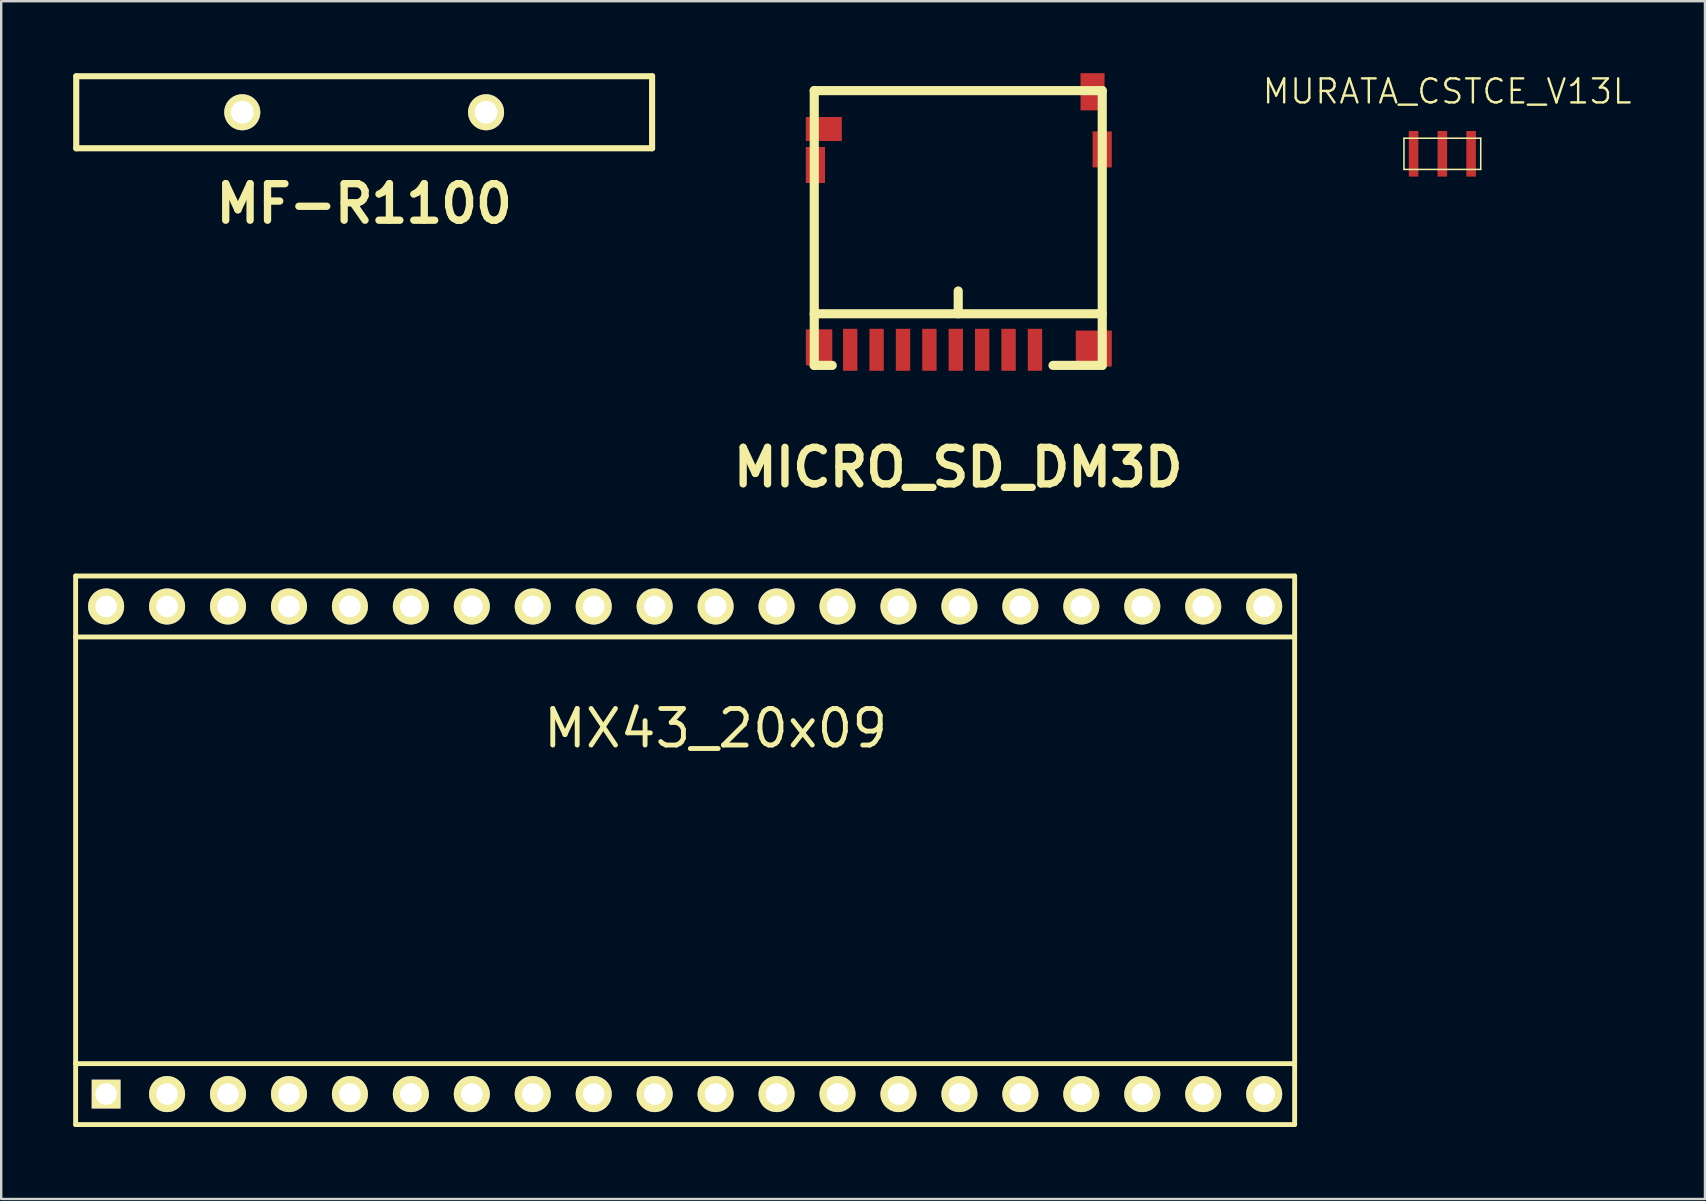
<source format=kicad_pcb>
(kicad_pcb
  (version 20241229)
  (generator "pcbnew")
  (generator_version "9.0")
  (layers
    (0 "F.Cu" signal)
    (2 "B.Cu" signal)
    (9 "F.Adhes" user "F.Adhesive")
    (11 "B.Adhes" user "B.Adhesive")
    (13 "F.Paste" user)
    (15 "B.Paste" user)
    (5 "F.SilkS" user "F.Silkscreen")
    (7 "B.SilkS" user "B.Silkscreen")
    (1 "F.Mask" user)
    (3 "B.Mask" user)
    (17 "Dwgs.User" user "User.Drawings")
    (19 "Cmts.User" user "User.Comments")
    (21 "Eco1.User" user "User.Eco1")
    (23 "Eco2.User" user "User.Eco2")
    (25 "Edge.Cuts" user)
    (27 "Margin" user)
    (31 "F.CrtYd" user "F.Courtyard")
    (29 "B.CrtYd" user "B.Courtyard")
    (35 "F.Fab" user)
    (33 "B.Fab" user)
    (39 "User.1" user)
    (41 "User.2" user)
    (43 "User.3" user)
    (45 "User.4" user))
  (footprint "MICRO_SD_DM3D"
    (layer "F.Cu")
    (at 36.882 5.926)
    (property "Reference" "MICRO_SD_DM3D" (at 0 10.5 0) (layer "F.SilkS") (effects (font (size 1.524 1.524) (thickness 0.305))))
    (attr through_hole)
    (fp_line (start -6.002 -5.199) (end 5.999 -5.199) (stroke (width 0.381) (type solid)) (layer "F.SilkS"))
    (fp_line (start -6.002 4.1) (end 5.999 4.1) (stroke (width 0.381) (type solid)) (layer "F.SilkS"))
    (fp_line (start -6.002 6.251) (end -5.25 6.251) (stroke (width 0.381) (type solid)) (layer "F.SilkS"))
    (fp_line (start -5.999 -5.202) (end -5.999 6.248) (stroke (width 0.381) (type solid)) (layer "F.SilkS"))
    (fp_line (start 0 4.1) (end 0 3.15) (stroke (width 0.381) (type solid)) (layer "F.SilkS"))
    (fp_line (start 5.999 6.251) (end 3.95 6.251) (stroke (width 0.381) (type solid)) (layer "F.SilkS"))
    (fp_line (start 6.002 -5.202) (end 6.002 6.248) (stroke (width 0.381) (type solid)) (layer "F.SilkS"))
    (pad "1" smd rect (at 3.198 5.601) (size 0.599 1.75) (layers "F.Cu" "F.Mask" "F.Paste"))
    (pad "2" smd rect (at 2.098 5.601) (size 0.599 1.75) (layers "F.Cu" "F.Mask" "F.Paste"))
    (pad "3" smd rect (at 0.998 5.601) (size 0.599 1.75) (layers "F.Cu" "F.Mask" "F.Paste"))
    (pad "4" smd rect (at -0.102 5.601) (size 0.599 1.75) (layers "F.Cu" "F.Mask" "F.Paste"))
    (pad "5" smd rect (at -1.201 5.601) (size 0.599 1.75) (layers "F.Cu" "F.Mask" "F.Paste"))
    (pad "6" smd rect (at -2.301 5.601) (size 0.599 1.75) (layers "F.Cu" "F.Mask" "F.Paste"))
    (pad "7" smd rect (at -3.401 5.601) (size 0.599 1.75) (layers "F.Cu" "F.Mask" "F.Paste"))
    (pad "8" smd rect (at -4.501 5.601) (size 0.599 1.75) (layers "F.Cu" "F.Mask" "F.Paste"))
    (pad "9" smd rect (at -5.951 -2.101) (size 0.8 1.501) (layers "F.Cu" "F.Mask" "F.Paste"))
    (pad "9" smd rect (at -5.799 5.499) (size 1.1 1.501) (layers "F.Cu" "F.Mask" "F.Paste"))
    (pad "9" smd rect (at 5.649 5.55) (size 1.501 1.501) (layers "F.Cu" "F.Mask" "F.Paste"))
    (pad "9" smd rect (at 5.999 -2.751) (size 0.8 1.501) (layers "F.Cu" "F.Mask" "F.Paste"))
    (pad "10" smd rect (at 5.598 -5.151) (size 1.001 1.549) (layers "F.Cu" "F.Mask" "F.Paste"))
    (pad "11" smd rect (at -5.601 -3.599) (size 1.501 1.001) (layers "F.Cu" "F.Mask" "F.Paste")))
  (footprint "MX43_20x09"
    (layer "F.Cu")
    (at 26.772 32.384)
    (property "Reference" "MX43_20x09" (at 0 -5.08 0) (layer "F.SilkS") (effects (font (size 1.524 1.524) (thickness 0.203))))
    (attr through_hole)
    (fp_line (start -26.67 -11.43) (end 24.13 -11.43) (stroke (width 0.203) (type solid)) (layer "F.SilkS"))
    (fp_line (start -26.67 -8.89) (end -26.67 -11.43) (stroke (width 0.203) (type solid)) (layer "F.SilkS"))
    (fp_line (start -26.67 -8.89) (end -26.67 8.89) (stroke (width 0.203) (type solid)) (layer "F.SilkS"))
    (fp_line (start -26.67 8.89) (end -26.67 11.43) (stroke (width 0.203) (type solid)) (layer "F.SilkS"))
    (fp_line (start -26.67 11.43) (end 24.13 11.43) (stroke (width 0.203) (type solid)) (layer "F.SilkS"))
    (fp_line (start 24.13 -11.43) (end 24.13 -8.89) (stroke (width 0.203) (type solid)) (layer "F.SilkS"))
    (fp_line (start 24.13 -8.89) (end -26.67 -8.89) (stroke (width 0.203) (type solid)) (layer "F.SilkS"))
    (fp_line (start 24.13 -8.89) (end 24.13 8.89) (stroke (width 0.203) (type solid)) (layer "F.SilkS"))
    (fp_line (start 24.13 8.89) (end -26.67 8.89) (stroke (width 0.203) (type solid)) (layer "F.SilkS"))
    (fp_line (start 24.13 11.43) (end 24.13 8.89) (stroke (width 0.203) (type solid)) (layer "F.SilkS"))
    (pad "1" thru_hole rect (at -25.4 10.16) (size 1.199 1.199) (drill 0.899) (layers "*.Cu" "*.Mask" "F.SilkS"))
    (pad "2" thru_hole circle (at -22.86 10.16) (size 1.501 1.501) (drill 0.899) (layers "*.Cu" "*.Mask" "F.SilkS"))
    (pad "3" thru_hole circle (at -20.32 10.16) (size 1.501 1.501) (drill 0.899) (layers "*.Cu" "*.Mask" "F.SilkS"))
    (pad "4" thru_hole circle (at -17.78 10.16) (size 1.501 1.501) (drill 0.899) (layers "*.Cu" "*.Mask" "F.SilkS"))
    (pad "5" thru_hole circle (at -15.24 10.16) (size 1.501 1.501) (drill 0.899) (layers "*.Cu" "*.Mask" "F.SilkS"))
    (pad "6" thru_hole circle (at -12.7 10.16) (size 1.501 1.501) (drill 0.899) (layers "*.Cu" "*.Mask" "F.SilkS"))
    (pad "7" thru_hole circle (at -10.16 10.16) (size 1.501 1.501) (drill 0.899) (layers "*.Cu" "*.Mask" "F.SilkS"))
    (pad "8" thru_hole circle (at -7.62 10.16) (size 1.501 1.501) (drill 0.899) (layers "*.Cu" "*.Mask" "F.SilkS"))
    (pad "9" thru_hole circle (at -5.08 10.16) (size 1.501 1.501) (drill 0.899) (layers "*.Cu" "*.Mask" "F.SilkS"))
    (pad "10" thru_hole circle (at -2.54 10.16) (size 1.501 1.501) (drill 0.899) (layers "*.Cu" "*.Mask" "F.SilkS"))
    (pad "11" thru_hole circle (at 0 10.16) (size 1.501 1.501) (drill 0.899) (layers "*.Cu" "*.Mask" "F.SilkS"))
    (pad "12" thru_hole circle (at 2.54 10.16) (size 1.501 1.501) (drill 0.899) (layers "*.Cu" "*.Mask" "F.SilkS"))
    (pad "13" thru_hole circle (at 5.08 10.16) (size 1.501 1.501) (drill 0.899) (layers "*.Cu" "*.Mask" "F.SilkS"))
    (pad "14" thru_hole circle (at 7.62 10.16) (size 1.501 1.501) (drill 0.899) (layers "*.Cu" "*.Mask" "F.SilkS"))
    (pad "15" thru_hole circle (at 10.16 10.16) (size 1.501 1.501) (drill 0.899) (layers "*.Cu" "*.Mask" "F.SilkS"))
    (pad "16" thru_hole circle (at 12.7 10.16) (size 1.501 1.501) (drill 0.899) (layers "*.Cu" "*.Mask" "F.SilkS"))
    (pad "17" thru_hole circle (at 15.24 10.16) (size 1.501 1.501) (drill 0.899) (layers "*.Cu" "*.Mask" "F.SilkS"))
    (pad "18" thru_hole circle (at 17.78 10.16) (size 1.501 1.501) (drill 0.899) (layers "*.Cu" "*.Mask" "F.SilkS"))
    (pad "19" thru_hole circle (at 20.32 10.16) (size 1.501 1.501) (drill 0.899) (layers "*.Cu" "*.Mask" "F.SilkS"))
    (pad "20" thru_hole circle (at 22.86 10.16) (size 1.501 1.501) (drill 0.899) (layers "*.Cu" "*.Mask" "F.SilkS"))
    (pad "21" thru_hole circle (at 22.86 -10.16) (size 1.501 1.501) (drill 0.899) (layers "*.Cu" "*.Mask" "F.SilkS"))
    (pad "22" thru_hole circle (at 20.32 -10.16) (size 1.501 1.501) (drill 0.899) (layers "*.Cu" "*.Mask" "F.SilkS"))
    (pad "23" thru_hole circle (at 17.78 -10.16) (size 1.501 1.501) (drill 0.899) (layers "*.Cu" "*.Mask" "F.SilkS"))
    (pad "24" thru_hole circle (at 15.24 -10.16) (size 1.501 1.501) (drill 0.899) (layers "*.Cu" "*.Mask" "F.SilkS"))
    (pad "25" thru_hole circle (at 12.7 -10.16) (size 1.501 1.501) (drill 0.899) (layers "*.Cu" "*.Mask" "F.SilkS"))
    (pad "26" thru_hole circle (at 10.16 -10.16) (size 1.501 1.501) (drill 0.899) (layers "*.Cu" "*.Mask" "F.SilkS"))
    (pad "27" thru_hole circle (at 7.62 -10.16) (size 1.501 1.501) (drill 0.899) (layers "*.Cu" "*.Mask" "F.SilkS"))
    (pad "28" thru_hole circle (at 5.08 -10.16) (size 1.501 1.501) (drill 0.899) (layers "*.Cu" "*.Mask" "F.SilkS"))
    (pad "29" thru_hole circle (at 2.54 -10.16) (size 1.501 1.501) (drill 0.899) (layers "*.Cu" "*.Mask" "F.SilkS"))
    (pad "30" thru_hole circle (at 0 -10.16) (size 1.501 1.501) (drill 0.899) (layers "*.Cu" "*.Mask" "F.SilkS"))
    (pad "31" thru_hole circle (at -2.54 -10.16) (size 1.501 1.501) (drill 0.899) (layers "*.Cu" "*.Mask" "F.SilkS"))
    (pad "32" thru_hole circle (at -7.62 -10.16) (size 1.501 1.501) (drill 0.899) (layers "*.Cu" "*.Mask" "F.SilkS"))
    (pad "33" thru_hole circle (at -5.08 -10.16) (size 1.501 1.501) (drill 0.899) (layers "*.Cu" "*.Mask" "F.SilkS"))
    (pad "34" thru_hole circle (at -10.16 -10.16) (size 1.501 1.501) (drill 0.899) (layers "*.Cu" "*.Mask" "F.SilkS"))
    (pad "35" thru_hole circle (at -12.7 -10.16) (size 1.501 1.501) (drill 0.899) (layers "*.Cu" "*.Mask" "F.SilkS"))
    (pad "36" thru_hole circle (at -15.24 -10.16) (size 1.501 1.501) (drill 0.899) (layers "*.Cu" "*.Mask" "F.SilkS"))
    (pad "37" thru_hole circle (at -17.78 -10.16) (size 1.501 1.501) (drill 0.899) (layers "*.Cu" "*.Mask" "F.SilkS"))
    (pad "38" thru_hole circle (at -20.32 -10.16) (size 1.501 1.501) (drill 0.899) (layers "*.Cu" "*.Mask" "F.SilkS"))
    (pad "39" thru_hole circle (at -22.86 -10.16) (size 1.501 1.501) (drill 0.899) (layers "*.Cu" "*.Mask" "F.SilkS"))
    (pad "40" thru_hole circle (at -25.4 -10.16) (size 1.501 1.501) (drill 0.899) (layers "*.Cu" "*.Mask" "F.SilkS")))
  (footprint "MURATA_CSTCE_V13L"
    (layer "F.Cu")
    (at 57.057 3.36)
    (property "Reference" "MURATA_CSTCE_V13L" (at 0.201 -2.601 0) (layer "F.SilkS") (effects (font (size 1.001 1.001) (thickness 0.099))))
    (attr through_hole)
    (fp_line (start -1.6 -0.65) (end 1.6 -0.65) (stroke (width 0.064) (type solid)) (layer "F.SilkS"))
    (fp_line (start -1.6 0.65) (end -1.6 -0.65) (stroke (width 0.064) (type solid)) (layer "F.SilkS"))
    (fp_line (start 1.6 -0.65) (end 1.6 0.65) (stroke (width 0.064) (type solid)) (layer "F.SilkS"))
    (fp_line (start 1.6 0.65) (end -1.6 0.65) (stroke (width 0.064) (type solid)) (layer "F.SilkS"))
    (pad "1" smd rect (at -1.199 0 90) (size 1.9 0.399) (layers "F.Cu" "F.Mask" "F.Paste"))
    (pad "2" smd rect (at 0 0 90) (size 1.9 0.399) (layers "F.Cu" "F.Mask" "F.Paste"))
    (pad "3" smd rect (at 1.199 0 90) (size 1.9 0.399) (layers "F.Cu" "F.Mask" "F.Paste")))
  (footprint "MF-R1100"
    (layer "F.Cu")
    (at 12.126 1.628)
    (property "Reference" "MF-R1100" (at 0 3.81 0) (layer "F.SilkS") (effects (font (size 1.524 1.524) (thickness 0.305))))
    (attr through_hole)
    (fp_line (start -11.999 1.501) (end -11.999 -1.501) (stroke (width 0.254) (type solid)) (layer "F.SilkS"))
    (fp_line (start -11.999 1.501) (end 11.999 1.501) (stroke (width 0.254) (type solid)) (layer "F.SilkS"))
    (fp_line (start 11.999 -1.501) (end -11.999 -1.501) (stroke (width 0.254) (type solid)) (layer "F.SilkS"))
    (fp_line (start 11.999 -1.501) (end 11.999 1.501) (stroke (width 0.254) (type solid)) (layer "F.SilkS"))
    (pad "1" thru_hole circle (at -5.08 0 90) (size 1.501 1.501) (drill 0.95) (layers "*.Cu" "*.Mask" "F.SilkS"))
    (pad "2" thru_hole circle (at 5.08 0 90) (size 1.501 1.501) (drill 0.95) (layers "*.Cu" "*.Mask" "F.SilkS")))
  (gr_rect
    (start -3 -3)
    (end 68.002 46.916)
    (stroke (width 0.1) (type default))
    (fill no)
    (layer "Edge.Cuts")))
</source>
